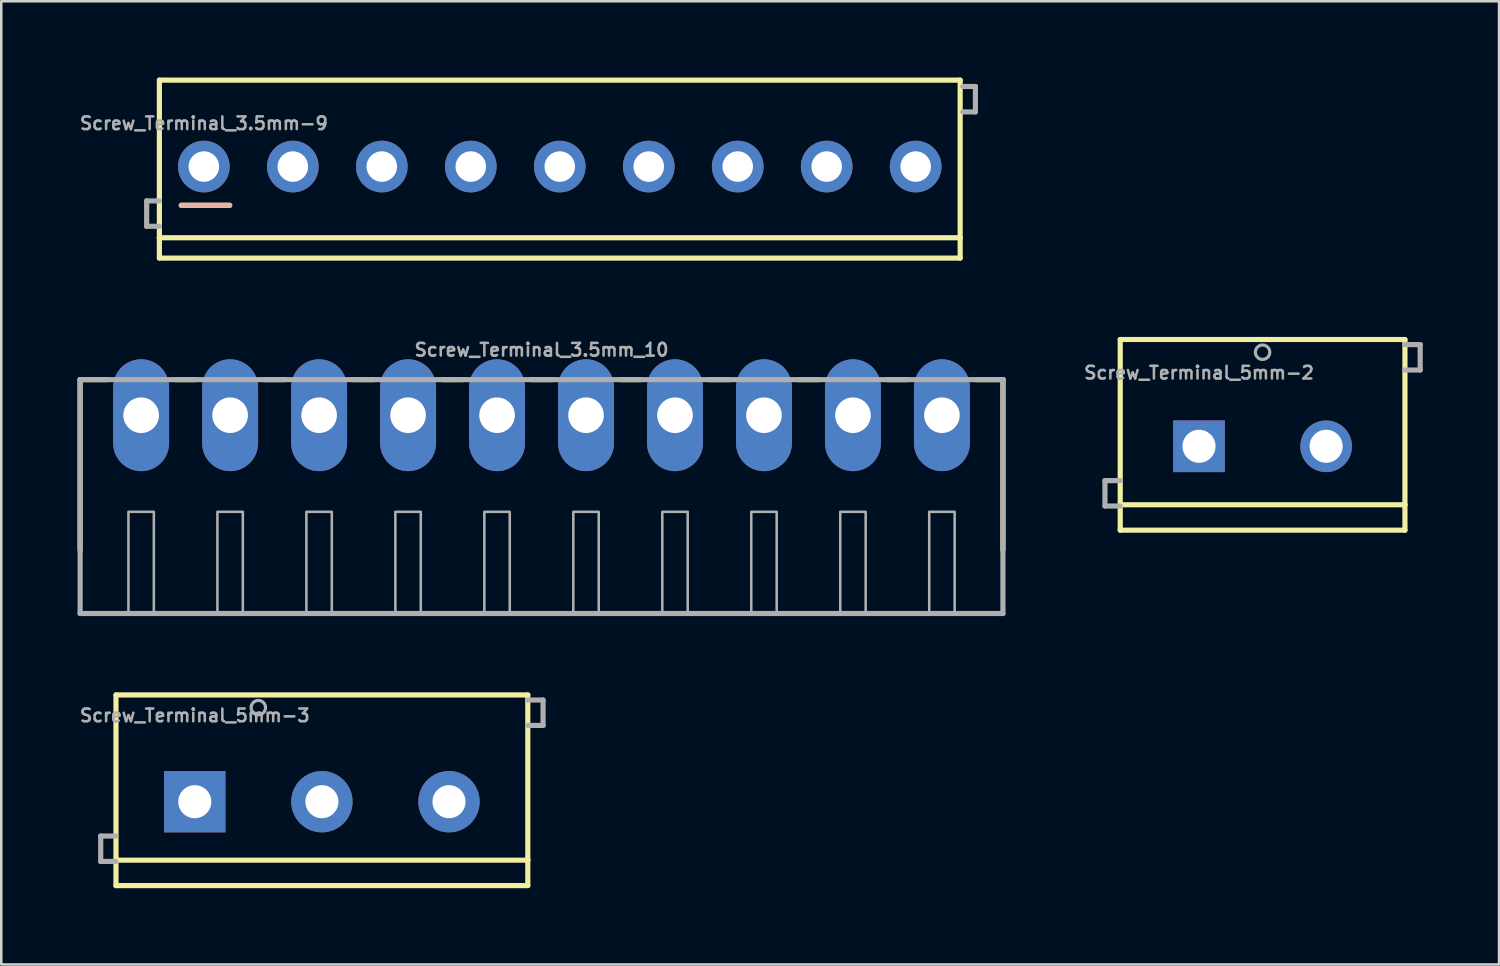
<source format=kicad_pcb>
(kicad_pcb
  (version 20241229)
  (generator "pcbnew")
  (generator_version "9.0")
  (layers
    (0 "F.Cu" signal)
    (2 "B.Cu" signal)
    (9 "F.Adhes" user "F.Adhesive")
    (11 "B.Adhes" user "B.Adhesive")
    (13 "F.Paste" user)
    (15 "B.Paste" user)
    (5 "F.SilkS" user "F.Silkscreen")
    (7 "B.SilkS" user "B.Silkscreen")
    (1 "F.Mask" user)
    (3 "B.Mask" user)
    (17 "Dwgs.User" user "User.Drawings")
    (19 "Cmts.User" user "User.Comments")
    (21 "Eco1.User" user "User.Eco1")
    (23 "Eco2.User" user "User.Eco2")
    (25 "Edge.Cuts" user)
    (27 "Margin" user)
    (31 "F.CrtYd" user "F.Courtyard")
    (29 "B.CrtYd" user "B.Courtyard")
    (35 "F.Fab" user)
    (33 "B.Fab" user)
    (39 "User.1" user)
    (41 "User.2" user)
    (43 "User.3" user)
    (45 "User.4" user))
  (footprint "Screw_Terminal_5mm-2"
    (layer "F.Cu")
    (at 44.115 14.505)
    (property "Reference" "Screw_Terminal_5mm-2" (at 0 -2.6 0) (layer "F.Fab") (effects (font (size 0.5 0.5) (thickness 0.1)) (justify bottom)))
    (attr through_hole)
    (fp_line (start -3.1 -4.2) (end 8.1 -4.2) (stroke (width 0.203) (type solid)) (layer "F.SilkS"))
    (fp_line (start -3.1 2.3) (end -3.1 -4.2) (stroke (width 0.203) (type solid)) (layer "F.SilkS"))
    (fp_line (start -3.1 3.3) (end -3.1 2.3) (stroke (width 0.203) (type solid)) (layer "F.SilkS"))
    (fp_line (start 8.1 -4.2) (end 8.1 2.3) (stroke (width 0.203) (type solid)) (layer "F.SilkS"))
    (fp_line (start 8.1 2.3) (end -3.1 2.3) (stroke (width 0.203) (type solid)) (layer "F.SilkS"))
    (fp_line (start 8.1 2.3) (end 8.1 3.3) (stroke (width 0.203) (type solid)) (layer "F.SilkS"))
    (fp_line (start 8.1 3.3) (end -3.1 3.3) (stroke (width 0.203) (type solid)) (layer "F.SilkS"))
    (fp_line (start -3.7 1.35) (end -3.7 2.35) (stroke (width 0.203) (type solid)) (layer "F.Fab"))
    (fp_line (start -3.7 2.35) (end -3.1 2.35) (stroke (width 0.203) (type solid)) (layer "F.Fab"))
    (fp_line (start -3.1 1.35) (end -3.7 1.35) (stroke (width 0.203) (type solid)) (layer "F.Fab"))
    (fp_line (start 8.1 -4) (end 8.7 -4) (stroke (width 0.203) (type solid)) (layer "F.Fab"))
    (fp_line (start 8.7 -4) (end 8.7 -3) (stroke (width 0.203) (type solid)) (layer "F.Fab"))
    (fp_line (start 8.7 -3) (end 8.1 -3) (stroke (width 0.203) (type solid)) (layer "F.Fab"))
    (fp_circle (center 2.5 -3.7) (end 2.783 -3.7) (stroke (width 0.127) (type solid)) (fill no) (layer "F.Fab"))
    (pad "1" thru_hole rect (at 0 0) (size 2.032 2.032) (drill 1.3) (layers "*.Cu" "*.Mask"))
    (pad "2" thru_hole circle (at 5 0) (size 2.032 2.032) (drill 1.3) (layers "*.Cu" "*.Mask")))
  (footprint "Screw_Terminal_5mm-3"
    (layer "F.Cu")
    (at 4.612 28.486)
    (property "Reference" "Screw_Terminal_5mm-3" (at 0 -3.1 0) (layer "F.Fab") (effects (font (size 0.5 0.5) (thickness 0.1)) (justify bottom)))
    (attr through_hole)
    (fp_line (start -3.1 -4.2) (end 13.1 -4.2) (stroke (width 0.203) (type solid)) (layer "F.SilkS"))
    (fp_line (start -3.1 2.3) (end -3.1 -4.2) (stroke (width 0.203) (type solid)) (layer "F.SilkS"))
    (fp_line (start -3.1 3.3) (end -3.1 2.3) (stroke (width 0.203) (type solid)) (layer "F.SilkS"))
    (fp_line (start 13.1 -4.2) (end 13.1 2.3) (stroke (width 0.203) (type solid)) (layer "F.SilkS"))
    (fp_line (start 13.1 2.3) (end -3.1 2.3) (stroke (width 0.203) (type solid)) (layer "F.SilkS"))
    (fp_line (start 13.1 2.3) (end 13.1 3.3) (stroke (width 0.203) (type solid)) (layer "F.SilkS"))
    (fp_line (start 13.1 3.3) (end -3.1 3.3) (stroke (width 0.203) (type solid)) (layer "F.SilkS"))
    (fp_line (start -3.7 1.35) (end -3.7 2.35) (stroke (width 0.203) (type solid)) (layer "F.Fab"))
    (fp_line (start -3.7 2.35) (end -3.1 2.35) (stroke (width 0.203) (type solid)) (layer "F.Fab"))
    (fp_line (start -3.1 1.35) (end -3.7 1.35) (stroke (width 0.203) (type solid)) (layer "F.Fab"))
    (fp_line (start 13.1 -4) (end 13.7 -4) (stroke (width 0.203) (type solid)) (layer "F.Fab"))
    (fp_line (start 13.7 -4) (end 13.7 -3) (stroke (width 0.203) (type solid)) (layer "F.Fab"))
    (fp_line (start 13.7 -3) (end 13.1 -3) (stroke (width 0.203) (type solid)) (layer "F.Fab"))
    (fp_circle (center 2.5 -3.7) (end 2.783 -3.7) (stroke (width 0.127) (type solid)) (fill no) (layer "F.Fab"))
    (pad "1" thru_hole rect (at 0 0) (size 2.413 2.413) (drill 1.3) (layers "*.Cu" "*.Mask"))
    (pad "2" thru_hole circle (at 5 0) (size 2.413 2.413) (drill 1.3) (layers "*.Cu" "*.Mask"))
    (pad "3" thru_hole circle (at 10 0) (size 2.413 2.413) (drill 1.3) (layers "*.Cu" "*.Mask")))
  (footprint "Screw_Terminal_3.5mm-9"
    (layer "F.Cu")
    (at 4.969 3.502)
    (property "Reference" "Screw_Terminal_3.5mm-9" (at 0 -1.7 0) (layer "F.Fab") (effects (font (size 0.5 0.5) (thickness 0.1))))
    (fp_line (start -1.75 -3.4) (end 29.75 -3.4) (stroke (width 0.203) (type solid)) (layer "F.SilkS"))
    (fp_line (start -1.75 2.8) (end -1.75 -3.4) (stroke (width 0.203) (type solid)) (layer "F.SilkS"))
    (fp_line (start -1.75 3.6) (end -1.75 2.8) (stroke (width 0.203) (type solid)) (layer "F.SilkS"))
    (fp_line (start 1.016 1.524) (end -0.889 1.524) (stroke (width 0.203) (type solid)) (layer "F.SilkS"))
    (fp_line (start 29.75 -3.4) (end 29.75 2.8) (stroke (width 0.203) (type solid)) (layer "F.SilkS"))
    (fp_line (start 29.75 2.8) (end -1.75 2.8) (stroke (width 0.203) (type solid)) (layer "F.SilkS"))
    (fp_line (start 29.75 2.8) (end 29.75 3.6) (stroke (width 0.203) (type solid)) (layer "F.SilkS"))
    (fp_line (start 29.75 3.6) (end -1.75 3.6) (stroke (width 0.203) (type solid)) (layer "F.SilkS"))
    (fp_line (start -0.889 1.524) (end 1.016 1.524) (stroke (width 0.203) (type solid)) (layer "B.SilkS"))
    (fp_line (start -2.25 1.35) (end -2.25 2.35) (stroke (width 0.203) (type solid)) (layer "F.Fab"))
    (fp_line (start -2.25 2.35) (end -1.75 2.35) (stroke (width 0.203) (type solid)) (layer "F.Fab"))
    (fp_line (start -1.75 1.35) (end -2.25 1.35) (stroke (width 0.203) (type solid)) (layer "F.Fab"))
    (fp_line (start 29.85 -3.15) (end 30.35 -3.15) (stroke (width 0.203) (type solid)) (layer "F.Fab"))
    (fp_line (start 30.35 -3.15) (end 30.35 -2.15) (stroke (width 0.203) (type solid)) (layer "F.Fab"))
    (fp_line (start 30.35 -2.15) (end 29.85 -2.15) (stroke (width 0.203) (type solid)) (layer "F.Fab"))
    (pad "1" thru_hole circle (at 0 0) (size 2.032 2.032) (drill 1.2) (layers "*.Cu" "*.Mask"))
    (pad "2" thru_hole circle (at 3.5 0) (size 2.032 2.032) (drill 1.2) (layers "*.Cu" "*.Mask"))
    (pad "3" thru_hole circle (at 7 0) (size 2.032 2.032) (drill 1.2) (layers "*.Cu" "*.Mask"))
    (pad "4" thru_hole circle (at 10.5 0) (size 2.032 2.032) (drill 1.2) (layers "*.Cu" "*.Mask"))
    (pad "5" thru_hole circle (at 14 0) (size 2.032 2.032) (drill 1.2) (layers "*.Cu" "*.Mask"))
    (pad "6" thru_hole circle (at 17.5 0) (size 2.032 2.032) (drill 1.2) (layers "*.Cu" "*.Mask"))
    (pad "7" thru_hole circle (at 21 0) (size 2.032 2.032) (drill 1.2) (layers "*.Cu" "*.Mask"))
    (pad "8" thru_hole circle (at 24.5 0) (size 2.032 2.032) (drill 1.2) (layers "*.Cu" "*.Mask"))
    (pad "9" thru_hole circle (at 28 0) (size 2.032 2.032) (drill 1.2) (layers "*.Cu" "*.Mask")))
  (footprint "Screw_Terminal_3.5mm_10"
    (layer "F.Cu")
    (at 18.252 16.083)
    (property "Reference" "Screw_Terminal_3.5mm_10" (at 0 -5.08 0) (layer "F.Fab") (effects (font (size 0.5 0.5) (thickness 0.1)) (justify bottom)))
    (fp_line (start -18.15 -4.2) (end -18.15 2.5) (stroke (width 0.203) (type solid)) (layer "F.SilkS"))
    (fp_line (start -17.1 -4.2) (end -18.15 -4.2) (stroke (width 0.203) (type solid)) (layer "F.SilkS"))
    (fp_line (start -13.6 -4.2) (end -14.4 -4.2) (stroke (width 0.203) (type solid)) (layer "F.SilkS"))
    (fp_line (start -10.1 -4.2) (end -10.9 -4.2) (stroke (width 0.203) (type solid)) (layer "F.SilkS"))
    (fp_line (start -6.6 -4.2) (end -7.4 -4.2) (stroke (width 0.203) (type solid)) (layer "F.SilkS"))
    (fp_line (start -3.1 -4.2) (end -3.9 -4.2) (stroke (width 0.203) (type solid)) (layer "F.SilkS"))
    (fp_line (start 0.4 -4.2) (end -0.4 -4.2) (stroke (width 0.203) (type solid)) (layer "F.SilkS"))
    (fp_line (start 3.9 -4.2) (end 3.1 -4.2) (stroke (width 0.203) (type solid)) (layer "F.SilkS"))
    (fp_line (start 7.4 -4.2) (end 6.6 -4.2) (stroke (width 0.203) (type solid)) (layer "F.SilkS"))
    (fp_line (start 10.9 -4.2) (end 10.1 -4.2) (stroke (width 0.203) (type solid)) (layer "F.SilkS"))
    (fp_line (start 14.4 -4.2) (end 13.6 -4.2) (stroke (width 0.203) (type solid)) (layer "F.SilkS"))
    (fp_line (start 18.15 -4.2) (end 17.1 -4.2) (stroke (width 0.203) (type solid)) (layer "F.SilkS"))
    (fp_line (start 18.15 2.5) (end 18.15 -4.2) (stroke (width 0.203) (type solid)) (layer "F.SilkS"))
    (fp_line (start -18.15 -4.2) (end -18.15 5) (stroke (width 0.203) (type solid)) (layer "F.Fab"))
    (fp_line (start -18.15 5) (end 18.15 5) (stroke (width 0.203) (type solid)) (layer "F.Fab"))
    (fp_line (start 18.15 -4.2) (end -18.15 -4.2) (stroke (width 0.203) (type solid)) (layer "F.Fab"))
    (fp_line (start 18.15 5) (end 18.15 -4.2) (stroke (width 0.203) (type solid)) (layer "F.Fab"))
    (fp_poly (pts (xy -16.25 5) (xy -15.25 5) (xy -15.25 1) (xy -16.25 1)) (stroke (width 0.1) (type default)) (fill no) (layer "F.Fab"))
    (fp_poly (pts (xy -12.75 5) (xy -11.75 5) (xy -11.75 1) (xy -12.75 1)) (stroke (width 0.1) (type default)) (fill no) (layer "F.Fab"))
    (fp_poly (pts (xy -9.25 5) (xy -8.25 5) (xy -8.25 1) (xy -9.25 1)) (stroke (width 0.1) (type default)) (fill no) (layer "F.Fab"))
    (fp_poly (pts (xy -5.75 5) (xy -4.75 5) (xy -4.75 1) (xy -5.75 1)) (stroke (width 0.1) (type default)) (fill no) (layer "F.Fab"))
    (fp_poly (pts (xy -2.25 5) (xy -1.25 5) (xy -1.25 1) (xy -2.25 1)) (stroke (width 0.1) (type default)) (fill no) (layer "F.Fab"))
    (fp_poly (pts (xy 1.25 5) (xy 2.25 5) (xy 2.25 1) (xy 1.25 1)) (stroke (width 0.1) (type default)) (fill no) (layer "F.Fab"))
    (fp_poly (pts (xy 4.75 5) (xy 5.75 5) (xy 5.75 1) (xy 4.75 1)) (stroke (width 0.1) (type default)) (fill no) (layer "F.Fab"))
    (fp_poly (pts (xy 8.25 5) (xy 9.25 5) (xy 9.25 1) (xy 8.25 1)) (stroke (width 0.1) (type default)) (fill no) (layer "F.Fab"))
    (fp_poly (pts (xy 11.75 5) (xy 12.75 5) (xy 12.75 1) (xy 11.75 1)) (stroke (width 0.1) (type default)) (fill no) (layer "F.Fab"))
    (fp_poly (pts (xy 15.25 5) (xy 16.25 5) (xy 16.25 1) (xy 15.25 1)) (stroke (width 0.1) (type default)) (fill no) (layer "F.Fab"))
    (pad "1" thru_hole oval (at -15.75 -2.8 90) (size 4.4 2.2) (drill 1.4) (layers "*.Cu" "*.Mask"))
    (pad "2" thru_hole oval (at -12.25 -2.8 90) (size 4.4 2.2) (drill 1.4) (layers "*.Cu" "*.Mask"))
    (pad "3" thru_hole oval (at -8.75 -2.8 90) (size 4.4 2.2) (drill 1.4) (layers "*.Cu" "*.Mask"))
    (pad "4" thru_hole oval (at -5.25 -2.8 90) (size 4.4 2.2) (drill 1.4) (layers "*.Cu" "*.Mask"))
    (pad "5" thru_hole oval (at -1.75 -2.8 90) (size 4.4 2.2) (drill 1.4) (layers "*.Cu" "*.Mask"))
    (pad "6" thru_hole oval (at 1.75 -2.8 90) (size 4.4 2.2) (drill 1.4) (layers "*.Cu" "*.Mask"))
    (pad "7" thru_hole oval (at 5.25 -2.8 90) (size 4.4 2.2) (drill 1.4) (layers "*.Cu" "*.Mask"))
    (pad "8" thru_hole oval (at 8.75 -2.8 90) (size 4.4 2.2) (drill 1.4) (layers "*.Cu" "*.Mask"))
    (pad "9" thru_hole oval (at 12.25 -2.8 90) (size 4.4 2.2) (drill 1.4) (layers "*.Cu" "*.Mask"))
    (pad "10" thru_hole oval (at 15.75 -2.8 90) (size 4.4 2.2) (drill 1.4) (layers "*.Cu" "*.Mask")))
  (gr_rect
    (start -3 -3)
    (end 55.917 34.888)
    (stroke (width 0.1) (type default))
    (fill no)
    (layer "Edge.Cuts")))
</source>
